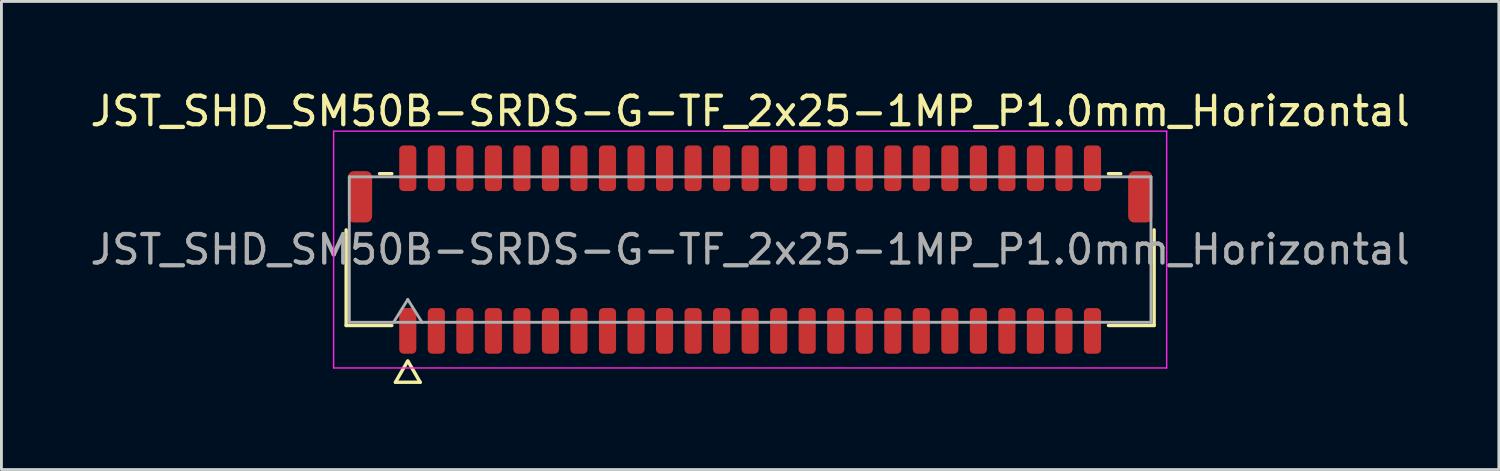
<source format=kicad_pcb>
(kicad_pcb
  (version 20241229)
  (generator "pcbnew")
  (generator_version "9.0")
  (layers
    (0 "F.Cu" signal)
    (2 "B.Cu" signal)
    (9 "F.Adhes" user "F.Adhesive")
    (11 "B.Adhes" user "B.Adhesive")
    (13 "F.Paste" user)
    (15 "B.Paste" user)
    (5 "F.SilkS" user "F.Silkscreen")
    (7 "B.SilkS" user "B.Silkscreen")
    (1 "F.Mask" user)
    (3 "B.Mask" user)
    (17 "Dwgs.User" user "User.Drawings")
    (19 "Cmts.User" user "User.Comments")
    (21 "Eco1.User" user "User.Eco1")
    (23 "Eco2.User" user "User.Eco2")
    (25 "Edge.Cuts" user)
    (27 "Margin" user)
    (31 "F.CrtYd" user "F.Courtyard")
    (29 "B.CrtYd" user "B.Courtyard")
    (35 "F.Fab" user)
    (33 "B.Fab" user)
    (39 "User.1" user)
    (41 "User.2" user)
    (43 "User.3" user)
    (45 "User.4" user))
  (footprint "JST_SHD_SM50B-SRDS-G-TF_2x25-1MP_P1.0mm_Horizontal"
    (layer "F.Cu")
    (at 23.244 5.698)
    (property "Reference" "JST_SHD_SM50B-SRDS-G-TF_2x25-1MP_P1.0mm_Horizontal" (at 0 -4.85 0) (layer "F.SilkS") (effects (font (size 1 1) (thickness 0.15))))
    (attr smd)
    (fp_line (start -14.16 2.66) (end -14.16 -0.69) (stroke (width 0.12) (type solid)) (layer "F.SilkS"))
    (fp_line (start -12.99 -2.66) (end -12.56 -2.66) (stroke (width 0.12) (type solid)) (layer "F.SilkS"))
    (fp_line (start -12.56 2.66) (end -14.16 2.66) (stroke (width 0.12) (type solid)) (layer "F.SilkS"))
    (fp_line (start -12.433 4.65) (end -12.006 3.91) (stroke (width 0.12) (type solid)) (layer "F.SilkS"))
    (fp_line (start -11.994 3.91) (end -11.567 4.65) (stroke (width 0.12) (type solid)) (layer "F.SilkS"))
    (fp_line (start -11.567 4.65) (end -12.433 4.65) (stroke (width 0.12) (type solid)) (layer "F.SilkS"))
    (fp_line (start 12.56 -2.66) (end 12.99 -2.66) (stroke (width 0.12) (type solid)) (layer "F.SilkS"))
    (fp_line (start 14.16 -0.69) (end 14.16 2.66) (stroke (width 0.12) (type solid)) (layer "F.SilkS"))
    (fp_line (start 14.16 2.66) (end 12.56 2.66) (stroke (width 0.12) (type solid)) (layer "F.SilkS"))
    (fp_line (start -14.6 -4.15) (end -14.6 4.15) (stroke (width 0.05) (type solid)) (layer "F.CrtYd"))
    (fp_line (start -14.6 4.15) (end 14.6 4.15) (stroke (width 0.05) (type solid)) (layer "F.CrtYd"))
    (fp_line (start 14.6 -4.15) (end -14.6 -4.15) (stroke (width 0.05) (type solid)) (layer "F.CrtYd"))
    (fp_line (start 14.6 4.15) (end 14.6 -4.15) (stroke (width 0.05) (type solid)) (layer "F.CrtYd"))
    (fp_line (start -14.05 -2.55) (end 14.05 -2.55) (stroke (width 0.1) (type solid)) (layer "F.Fab"))
    (fp_line (start -14.05 2.55) (end -14.05 -2.55) (stroke (width 0.1) (type solid)) (layer "F.Fab"))
    (fp_line (start -12.5 2.55) (end -12 1.75) (stroke (width 0.1) (type solid)) (layer "F.Fab"))
    (fp_line (start -12 1.75) (end -11.5 2.55) (stroke (width 0.1) (type solid)) (layer "F.Fab"))
    (fp_line (start 14.05 -2.55) (end 14.05 2.55) (stroke (width 0.1) (type solid)) (layer "F.Fab"))
    (fp_line (start 14.05 2.55) (end -14.05 2.55) (stroke (width 0.1) (type solid)) (layer "F.Fab"))
    (fp_text user "${REFERENCE}" (at 0 0 0) (layer "F.Fab") (effects (font (size 1 1) (thickness 0.15))))
    (pad "1" smd roundrect (at -12 2.85) (size 0.6 1.6) (layers "F.Cu" "F.Mask" "F.Paste") (roundrect_rratio 0.25))
    (pad "2" smd roundrect (at -12 -2.85) (size 0.6 1.6) (layers "F.Cu" "F.Mask" "F.Paste") (roundrect_rratio 0.25))
    (pad "3" smd roundrect (at -11 2.85) (size 0.6 1.6) (layers "F.Cu" "F.Mask" "F.Paste") (roundrect_rratio 0.25))
    (pad "4" smd roundrect (at -11 -2.85) (size 0.6 1.6) (layers "F.Cu" "F.Mask" "F.Paste") (roundrect_rratio 0.25))
    (pad "5" smd roundrect (at -10 2.85) (size 0.6 1.6) (layers "F.Cu" "F.Mask" "F.Paste") (roundrect_rratio 0.25))
    (pad "6" smd roundrect (at -10 -2.85) (size 0.6 1.6) (layers "F.Cu" "F.Mask" "F.Paste") (roundrect_rratio 0.25))
    (pad "7" smd roundrect (at -9 2.85) (size 0.6 1.6) (layers "F.Cu" "F.Mask" "F.Paste") (roundrect_rratio 0.25))
    (pad "8" smd roundrect (at -9 -2.85) (size 0.6 1.6) (layers "F.Cu" "F.Mask" "F.Paste") (roundrect_rratio 0.25))
    (pad "9" smd roundrect (at -8 2.85) (size 0.6 1.6) (layers "F.Cu" "F.Mask" "F.Paste") (roundrect_rratio 0.25))
    (pad "10" smd roundrect (at -8 -2.85) (size 0.6 1.6) (layers "F.Cu" "F.Mask" "F.Paste") (roundrect_rratio 0.25))
    (pad "11" smd roundrect (at -7 2.85) (size 0.6 1.6) (layers "F.Cu" "F.Mask" "F.Paste") (roundrect_rratio 0.25))
    (pad "12" smd roundrect (at -7 -2.85) (size 0.6 1.6) (layers "F.Cu" "F.Mask" "F.Paste") (roundrect_rratio 0.25))
    (pad "13" smd roundrect (at -6 2.85) (size 0.6 1.6) (layers "F.Cu" "F.Mask" "F.Paste") (roundrect_rratio 0.25))
    (pad "14" smd roundrect (at -6 -2.85) (size 0.6 1.6) (layers "F.Cu" "F.Mask" "F.Paste") (roundrect_rratio 0.25))
    (pad "15" smd roundrect (at -5 2.85) (size 0.6 1.6) (layers "F.Cu" "F.Mask" "F.Paste") (roundrect_rratio 0.25))
    (pad "16" smd roundrect (at -5 -2.85) (size 0.6 1.6) (layers "F.Cu" "F.Mask" "F.Paste") (roundrect_rratio 0.25))
    (pad "17" smd roundrect (at -4 2.85) (size 0.6 1.6) (layers "F.Cu" "F.Mask" "F.Paste") (roundrect_rratio 0.25))
    (pad "18" smd roundrect (at -4 -2.85) (size 0.6 1.6) (layers "F.Cu" "F.Mask" "F.Paste") (roundrect_rratio 0.25))
    (pad "19" smd roundrect (at -3 2.85) (size 0.6 1.6) (layers "F.Cu" "F.Mask" "F.Paste") (roundrect_rratio 0.25))
    (pad "20" smd roundrect (at -3 -2.85) (size 0.6 1.6) (layers "F.Cu" "F.Mask" "F.Paste") (roundrect_rratio 0.25))
    (pad "21" smd roundrect (at -2 2.85) (size 0.6 1.6) (layers "F.Cu" "F.Mask" "F.Paste") (roundrect_rratio 0.25))
    (pad "22" smd roundrect (at -2 -2.85) (size 0.6 1.6) (layers "F.Cu" "F.Mask" "F.Paste") (roundrect_rratio 0.25))
    (pad "23" smd roundrect (at -1 2.85) (size 0.6 1.6) (layers "F.Cu" "F.Mask" "F.Paste") (roundrect_rratio 0.25))
    (pad "24" smd roundrect (at -1 -2.85) (size 0.6 1.6) (layers "F.Cu" "F.Mask" "F.Paste") (roundrect_rratio 0.25))
    (pad "25" smd roundrect (at 0 2.85) (size 0.6 1.6) (layers "F.Cu" "F.Mask" "F.Paste") (roundrect_rratio 0.25))
    (pad "26" smd roundrect (at 0 -2.85) (size 0.6 1.6) (layers "F.Cu" "F.Mask" "F.Paste") (roundrect_rratio 0.25))
    (pad "27" smd roundrect (at 1 2.85) (size 0.6 1.6) (layers "F.Cu" "F.Mask" "F.Paste") (roundrect_rratio 0.25))
    (pad "28" smd roundrect (at 1 -2.85) (size 0.6 1.6) (layers "F.Cu" "F.Mask" "F.Paste") (roundrect_rratio 0.25))
    (pad "29" smd roundrect (at 2 2.85) (size 0.6 1.6) (layers "F.Cu" "F.Mask" "F.Paste") (roundrect_rratio 0.25))
    (pad "30" smd roundrect (at 2 -2.85) (size 0.6 1.6) (layers "F.Cu" "F.Mask" "F.Paste") (roundrect_rratio 0.25))
    (pad "31" smd roundrect (at 3 2.85) (size 0.6 1.6) (layers "F.Cu" "F.Mask" "F.Paste") (roundrect_rratio 0.25))
    (pad "32" smd roundrect (at 3 -2.85) (size 0.6 1.6) (layers "F.Cu" "F.Mask" "F.Paste") (roundrect_rratio 0.25))
    (pad "33" smd roundrect (at 4 2.85) (size 0.6 1.6) (layers "F.Cu" "F.Mask" "F.Paste") (roundrect_rratio 0.25))
    (pad "34" smd roundrect (at 4 -2.85) (size 0.6 1.6) (layers "F.Cu" "F.Mask" "F.Paste") (roundrect_rratio 0.25))
    (pad "35" smd roundrect (at 5 2.85) (size 0.6 1.6) (layers "F.Cu" "F.Mask" "F.Paste") (roundrect_rratio 0.25))
    (pad "36" smd roundrect (at 5 -2.85) (size 0.6 1.6) (layers "F.Cu" "F.Mask" "F.Paste") (roundrect_rratio 0.25))
    (pad "37" smd roundrect (at 6 2.85) (size 0.6 1.6) (layers "F.Cu" "F.Mask" "F.Paste") (roundrect_rratio 0.25))
    (pad "38" smd roundrect (at 6 -2.85) (size 0.6 1.6) (layers "F.Cu" "F.Mask" "F.Paste") (roundrect_rratio 0.25))
    (pad "39" smd roundrect (at 7 2.85) (size 0.6 1.6) (layers "F.Cu" "F.Mask" "F.Paste") (roundrect_rratio 0.25))
    (pad "40" smd roundrect (at 7 -2.85) (size 0.6 1.6) (layers "F.Cu" "F.Mask" "F.Paste") (roundrect_rratio 0.25))
    (pad "41" smd roundrect (at 8 2.85) (size 0.6 1.6) (layers "F.Cu" "F.Mask" "F.Paste") (roundrect_rratio 0.25))
    (pad "42" smd roundrect (at 8 -2.85) (size 0.6 1.6) (layers "F.Cu" "F.Mask" "F.Paste") (roundrect_rratio 0.25))
    (pad "43" smd roundrect (at 9 2.85) (size 0.6 1.6) (layers "F.Cu" "F.Mask" "F.Paste") (roundrect_rratio 0.25))
    (pad "44" smd roundrect (at 9 -2.85) (size 0.6 1.6) (layers "F.Cu" "F.Mask" "F.Paste") (roundrect_rratio 0.25))
    (pad "45" smd roundrect (at 10 2.85) (size 0.6 1.6) (layers "F.Cu" "F.Mask" "F.Paste") (roundrect_rratio 0.25))
    (pad "46" smd roundrect (at 10 -2.85) (size 0.6 1.6) (layers "F.Cu" "F.Mask" "F.Paste") (roundrect_rratio 0.25))
    (pad "47" smd roundrect (at 11 2.85) (size 0.6 1.6) (layers "F.Cu" "F.Mask" "F.Paste") (roundrect_rratio 0.25))
    (pad "48" smd roundrect (at 11 -2.85) (size 0.6 1.6) (layers "F.Cu" "F.Mask" "F.Paste") (roundrect_rratio 0.25))
    (pad "49" smd roundrect (at 12 2.85) (size 0.6 1.6) (layers "F.Cu" "F.Mask" "F.Paste") (roundrect_rratio 0.25))
    (pad "50" smd roundrect (at 12 -2.85) (size 0.6 1.6) (layers "F.Cu" "F.Mask" "F.Paste") (roundrect_rratio 0.25))
    (pad "MP" smd roundrect (at -13.675 -1.85) (size 0.85 1.8) (layers "F.Cu" "F.Mask" "F.Paste") (roundrect_rratio 0.25))
    (pad "MP" smd roundrect (at 13.675 -1.85) (size 0.85 1.8) (layers "F.Cu" "F.Mask" "F.Paste") (roundrect_rratio 0.25)))
  (gr_rect
    (start -3 -3)
    (end 49.488 13.408)
    (stroke (width 0.1) (type default))
    (fill no)
    (layer "Edge.Cuts")))
</source>
